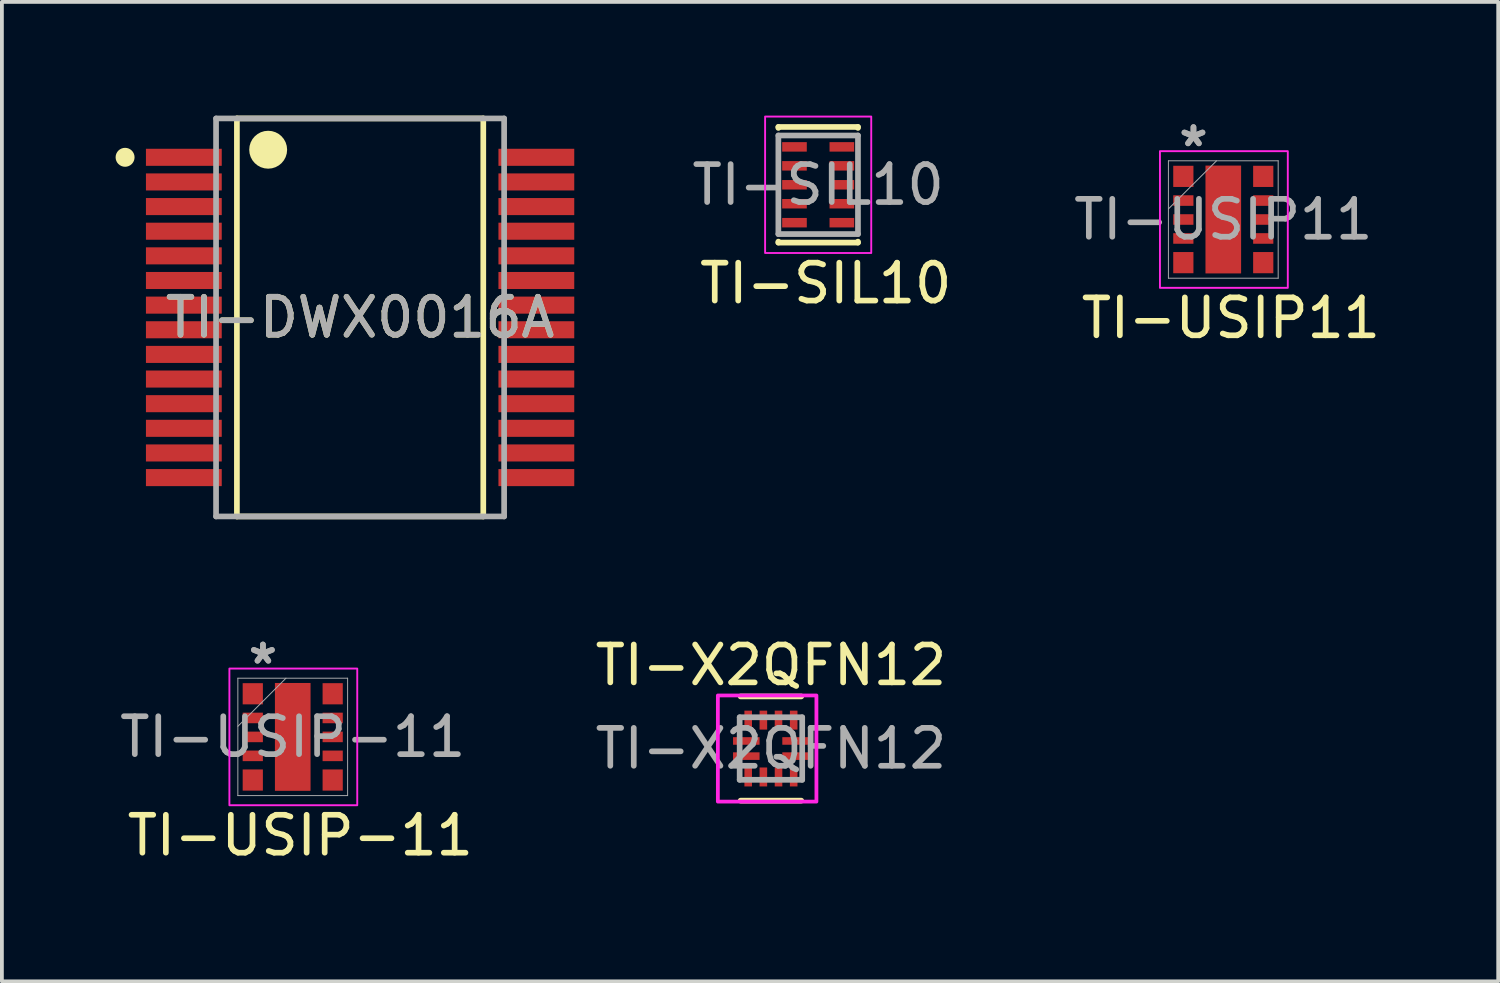
<source format=kicad_pcb>
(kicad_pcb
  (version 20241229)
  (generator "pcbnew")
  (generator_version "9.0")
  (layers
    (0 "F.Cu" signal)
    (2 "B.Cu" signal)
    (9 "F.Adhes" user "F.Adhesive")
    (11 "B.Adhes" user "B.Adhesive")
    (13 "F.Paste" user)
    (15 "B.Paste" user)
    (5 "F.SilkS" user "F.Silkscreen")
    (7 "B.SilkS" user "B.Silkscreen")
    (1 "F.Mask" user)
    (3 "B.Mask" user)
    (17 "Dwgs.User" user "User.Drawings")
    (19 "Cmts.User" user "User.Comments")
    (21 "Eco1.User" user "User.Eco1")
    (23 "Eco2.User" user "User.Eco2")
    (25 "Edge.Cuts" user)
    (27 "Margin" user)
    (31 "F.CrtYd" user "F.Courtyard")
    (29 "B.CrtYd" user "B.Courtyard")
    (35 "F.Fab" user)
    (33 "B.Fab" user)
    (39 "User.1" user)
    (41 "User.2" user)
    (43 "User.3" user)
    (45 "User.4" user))
  (footprint "TI-X2QFN12"
    (layer "F.Cu")
    (at 17.289 16.698)
    (property "Reference" "TI-X2QFN12" (at 0 -2.2 0) (unlocked yes) (layer "F.SilkS") (effects (font (size 1 1) (thickness 0.15))))
    (attr smd)
    (fp_line (start -0.8 -1.375) (end 0.8 -1.375) (stroke (width 0.15) (type solid)) (layer "F.SilkS"))
    (fp_line (start -0.8 1.375) (end 0.8 1.375) (stroke (width 0.15) (type solid)) (layer "F.SilkS"))
    (fp_poly (pts (xy -0.985 0.15) (xy -0.935 0.1) (xy -0.365 0.1) (xy -0.315 0.15) (xy -0.315 0.25) (xy -0.365 0.3) (xy -0.935 0.3) (xy -0.985 0.25)) (stroke (width 0) (type solid)) (fill yes) (layer "F.Paste"))
    (fp_poly (pts (xy -0.365 -0.1) (xy -0.935 -0.1) (xy -0.985 -0.15) (xy -0.985 -0.25) (xy -0.935 -0.3) (xy -0.365 -0.3) (xy -0.315 -0.25) (xy -0.315 -0.15)) (stroke (width 0) (type solid)) (fill yes) (layer "F.Paste"))
    (fp_poly (pts (xy 0.365 -0.1) (xy 0.315 -0.15) (xy 0.315 -0.25) (xy 0.365 -0.3) (xy 0.935 -0.3) (xy 0.985 -0.25) (xy 0.985 -0.15) (xy 0.935 -0.1)) (stroke (width 0) (type solid)) (fill yes) (layer "F.Paste"))
    (fp_poly (pts (xy 0.365 0.3) (xy 0.315 0.25) (xy 0.315 0.15) (xy 0.365 0.1) (xy 0.935 0.1) (xy 0.985 0.15) (xy 0.985 0.25) (xy 0.935 0.3)) (stroke (width 0) (type solid)) (fill yes) (layer "F.Paste"))
    (fp_rect (start -1.4 -1.4) (end 1.2 1.4) (stroke (width 0.1) (type solid)) (fill no) (layer "F.CrtYd"))
    (fp_line (start -0.825 -0.825) (end 0.825 -0.825) (stroke (width 0.15) (type solid)) (layer "F.Fab"))
    (fp_line (start -0.825 0.825) (end -0.825 -0.825) (stroke (width 0.15) (type solid)) (layer "F.Fab"))
    (fp_line (start -0.825 0.825) (end 0.825 0.825) (stroke (width 0.15) (type solid)) (layer "F.Fab"))
    (fp_line (start 0.825 0.825) (end 0.825 -0.825) (stroke (width 0.15) (type solid)) (layer "F.Fab"))
    (fp_text user "${REFERENCE}" (at 0 0 0) (unlocked yes) (layer "F.Fab") (effects (font (size 1 1) (thickness 0.15))))
    (pad "1" smd rect (at -0.65 -0.2 90) (size 0.2 0.7) (layers "F.Cu" "F.Mask"))
    (pad "2" smd rect (at -0.65 0.2 90) (size 0.2 0.7) (layers "F.Cu" "F.Mask"))
    (pad "3" smd rect (at -0.6 0.75 90) (size 0.5 0.2) (layers "F.Cu" "F.Mask" "F.Paste"))
    (pad "4" smd rect (at -0.2 0.75 90) (size 0.5 0.2) (layers "F.Cu" "F.Mask" "F.Paste"))
    (pad "5" smd rect (at 0.2 0.75 90) (size 0.5 0.2) (layers "F.Cu" "F.Mask" "F.Paste"))
    (pad "6" smd rect (at 0.6 0.75 90) (size 0.5 0.2) (layers "F.Cu" "F.Mask" "F.Paste"))
    (pad "7" smd rect (at 0.65 0.2 90) (size 0.2 0.7) (layers "F.Cu" "F.Mask"))
    (pad "8" smd rect (at 0.65 -0.2 90) (size 0.2 0.7) (layers "F.Cu" "F.Mask"))
    (pad "9" smd rect (at 0.6 -0.75 90) (size 0.5 0.2) (layers "F.Cu" "F.Mask" "F.Paste"))
    (pad "10" smd rect (at 0.2 -0.75 90) (size 0.5 0.2) (layers "F.Cu" "F.Mask" "F.Paste"))
    (pad "11" smd rect (at -0.2 -0.75 90) (size 0.5 0.2) (layers "F.Cu" "F.Mask" "F.Paste"))
    (pad "12" smd rect (at -0.6 -0.75 90) (size 0.5 0.2) (layers "F.Cu" "F.Mask" "F.Paste")))
  (footprint "TI-USIP11"
    (layer "F.Cu")
    (at 29.223 2.741)
    (property "Reference" "TI-USIP11" (at 0.2 2.6 0) (unlocked yes) (layer "F.SilkS") (effects (font (size 1 1) (thickness 0.15))))
    (attr smd)
    (fp_rect (start -1.671 -1.803) (end 1.702 1.803) (stroke (width 0.05) (type default)) (fill no) (layer "F.CrtYd"))
    (fp_line (start -1.448 -1.549) (end -1.448 1.549) (stroke (width 0.025) (type solid)) (layer "F.Fab"))
    (fp_line (start -1.448 -0.279) (end -0.178 -1.549) (stroke (width 0.025) (type solid)) (layer "F.Fab"))
    (fp_line (start -1.448 1.549) (end 1.448 1.549) (stroke (width 0.025) (type solid)) (layer "F.Fab"))
    (fp_line (start 1.448 -1.549) (end -1.448 -1.549) (stroke (width 0.025) (type solid)) (layer "F.Fab"))
    (fp_line (start 1.448 1.549) (end 1.448 -1.549) (stroke (width 0.025) (type solid)) (layer "F.Fab"))
    (fp_text user "${REFERENCE}" (at 0 0 0) (unlocked yes) (layer "F.Fab") (effects (font (size 1 1) (thickness 0.15))))
    (fp_text user "*" (at -0.787 -1.893 0) (unlocked yes) (layer "F.Fab") (effects (font (size 1 1) (thickness 0.15))))
    (fp_text user "*" (at -0.787 -1.893 0) (layer "F.Fab") (effects (font (size 1 1) (thickness 0.15))))
    (pad "1" smd rect (at -1.054 -1.138 90) (size 0.559 0.533) (layers "F.Cu" "F.Mask" "F.Paste"))
    (pad "2" smd rect (at -1.054 -0.5 90) (size 0.279 0.533) (layers "F.Cu" "F.Mask" "F.Paste"))
    (pad "3" smd rect (at -1.054 0 90) (size 0.279 0.533) (layers "F.Cu" "F.Mask" "F.Paste"))
    (pad "4" smd rect (at -1.054 0.5 90) (size 0.279 0.533) (layers "F.Cu" "F.Mask" "F.Paste"))
    (pad "5" smd rect (at -1.054 1.138 90) (size 0.559 0.533) (layers "F.Cu" "F.Mask" "F.Paste"))
    (pad "6" smd rect (at 1.054 1.138 90) (size 0.559 0.533) (layers "F.Cu" "F.Mask" "F.Paste"))
    (pad "7" smd rect (at 1.054 0.5 90) (size 0.279 0.533) (layers "F.Cu" "F.Mask" "F.Paste"))
    (pad "8" smd rect (at 1.054 0 90) (size 0.279 0.533) (layers "F.Cu" "F.Mask" "F.Paste"))
    (pad "9" smd rect (at 1.054 -0.5 90) (size 0.279 0.533) (layers "F.Cu" "F.Mask" "F.Paste"))
    (pad "10" smd rect (at 1.054 -1.138 90) (size 0.559 0.533) (layers "F.Cu" "F.Mask" "F.Paste"))
    (pad "11" smd rect (at 0 0) (size 0.94 2.845) (layers "F.Cu" "F.Mask")))
  (footprint "TI-USIP-11"
    (layer "F.Cu")
    (at 4.673 16.391)
    (property "Reference" "TI-USIP-11" (at 0.2 2.6 0) (unlocked yes) (layer "F.SilkS") (effects (font (size 1 1) (thickness 0.15))))
    (attr smd)
    (fp_rect (start -1.671 -1.803) (end 1.702 1.803) (stroke (width 0.05) (type default)) (fill no) (layer "F.CrtYd"))
    (fp_line (start -1.448 -1.549) (end -1.448 1.549) (stroke (width 0.025) (type solid)) (layer "F.Fab"))
    (fp_line (start -1.448 -0.279) (end -0.178 -1.549) (stroke (width 0.025) (type solid)) (layer "F.Fab"))
    (fp_line (start -1.448 1.549) (end 1.448 1.549) (stroke (width 0.025) (type solid)) (layer "F.Fab"))
    (fp_line (start 1.448 -1.549) (end -1.448 -1.549) (stroke (width 0.025) (type solid)) (layer "F.Fab"))
    (fp_line (start 1.448 1.549) (end 1.448 -1.549) (stroke (width 0.025) (type solid)) (layer "F.Fab"))
    (fp_text user "*" (at -0.787 -1.893 0) (layer "F.Fab") (effects (font (size 1 1) (thickness 0.15))))
    (fp_text user "${REFERENCE}" (at 0 0 0) (unlocked yes) (layer "F.Fab") (effects (font (size 1 1) (thickness 0.15))))
    (fp_text user "*" (at -0.787 -1.893 0) (unlocked yes) (layer "F.Fab") (effects (font (size 1 1) (thickness 0.15))))
    (pad "1" smd rect (at -1.054 -1.138 90) (size 0.559 0.533) (layers "F.Cu" "F.Mask" "F.Paste"))
    (pad "2" smd rect (at -1.054 -0.5 90) (size 0.279 0.533) (layers "F.Cu" "F.Mask" "F.Paste"))
    (pad "3" smd rect (at -1.054 0 90) (size 0.279 0.533) (layers "F.Cu" "F.Mask" "F.Paste"))
    (pad "4" smd rect (at -1.054 0.5 90) (size 0.279 0.533) (layers "F.Cu" "F.Mask" "F.Paste"))
    (pad "5" smd rect (at -1.054 1.138 90) (size 0.559 0.533) (layers "F.Cu" "F.Mask" "F.Paste"))
    (pad "6" smd rect (at 1.054 1.138 90) (size 0.559 0.533) (layers "F.Cu" "F.Mask" "F.Paste"))
    (pad "7" smd rect (at 1.054 0.5 90) (size 0.279 0.533) (layers "F.Cu" "F.Mask" "F.Paste"))
    (pad "8" smd rect (at 1.054 0 90) (size 0.279 0.533) (layers "F.Cu" "F.Mask" "F.Paste"))
    (pad "9" smd rect (at 1.054 -0.5 90) (size 0.279 0.533) (layers "F.Cu" "F.Mask" "F.Paste"))
    (pad "10" smd rect (at 1.054 -1.138 90) (size 0.559 0.533) (layers "F.Cu" "F.Mask" "F.Paste"))
    (pad "11" smd rect (at 0 0) (size 0.94 2.845) (layers "F.Cu" "F.Mask")))
  (footprint "TI-SIL10"
    (layer "F.Cu")
    (at 18.535 1.825)
    (property "Reference" "TI-SIL10" (at 0.2 2.6 0) (unlocked yes) (layer "F.SilkS") (effects (font (size 1 1) (thickness 0.15))))
    (attr smd)
    (fp_line (start -1.05 -1.525) (end 1.05 -1.525) (stroke (width 0.15) (type solid)) (layer "F.SilkS"))
    (fp_line (start -1.05 -1.5) (end -1.05 -1.525) (stroke (width 0.15) (type solid)) (layer "F.SilkS"))
    (fp_line (start -1.05 1.525) (end -1.05 1.5) (stroke (width 0.15) (type solid)) (layer "F.SilkS"))
    (fp_line (start -1.05 1.525) (end 1.05 1.525) (stroke (width 0.15) (type solid)) (layer "F.SilkS"))
    (fp_line (start 1.05 -1.5) (end 1.05 -1.525) (stroke (width 0.15) (type solid)) (layer "F.SilkS"))
    (fp_line (start 1.05 1.525) (end 1.05 1.5) (stroke (width 0.15) (type solid)) (layer "F.SilkS"))
    (fp_rect (start -1.4 -1.8) (end 1.4 1.8) (stroke (width 0.05) (type default)) (fill no) (layer "F.CrtYd"))
    (fp_line (start -1.05 -1.3) (end 1.05 -1.3) (stroke (width 0.15) (type solid)) (layer "F.Fab"))
    (fp_line (start -1.05 1.3) (end -1.05 -1.3) (stroke (width 0.15) (type solid)) (layer "F.Fab"))
    (fp_line (start -1.05 1.3) (end 1.05 1.3) (stroke (width 0.15) (type solid)) (layer "F.Fab"))
    (fp_line (start 1.05 1.3) (end 1.05 -1.3) (stroke (width 0.15) (type solid)) (layer "F.Fab"))
    (fp_text user "${REFERENCE}" (at 0 0 0) (unlocked yes) (layer "F.Fab") (effects (font (size 1 1) (thickness 0.15))))
    (pad "1" smd rect (at -0.625 -1) (size 0.65 0.25) (layers "F.Cu" "F.Mask" "F.Paste"))
    (pad "2" smd rect (at -0.625 -0.5) (size 0.65 0.25) (layers "F.Cu" "F.Mask" "F.Paste"))
    (pad "3" smd rect (at -0.625 0) (size 0.65 0.25) (layers "F.Cu" "F.Mask" "F.Paste"))
    (pad "4" smd rect (at -0.625 0.5) (size 0.65 0.25) (layers "F.Cu" "F.Mask" "F.Paste"))
    (pad "5" smd rect (at -0.625 1) (size 0.65 0.25) (layers "F.Cu" "F.Mask" "F.Paste"))
    (pad "6" smd rect (at 0.625 1) (size 0.65 0.25) (layers "F.Cu" "F.Mask" "F.Paste"))
    (pad "7" smd rect (at 0.625 0.5) (size 0.65 0.25) (layers "F.Cu" "F.Mask" "F.Paste"))
    (pad "8" smd rect (at 0.625 0) (size 0.65 0.25) (layers "F.Cu" "F.Mask" "F.Paste"))
    (pad "9" smd rect (at 0.625 -0.5) (size 0.65 0.25) (layers "F.Cu" "F.Mask" "F.Paste"))
    (pad "10" smd rect (at 0.625 -1) (size 0.65 0.25) (layers "F.Cu" "F.Mask" "F.Paste")))
  (footprint "TI-DWX0016A"
    (layer "F.Cu")
    (at 6.45 5.325)
    (property "Reference" "TI-DWX0016A" (at 0 0 0) (unlocked yes) (layer "F.SilkS") (effects (font (size 1 1) (thickness 0.15))))
    (attr smd)
    (fp_line (start -3.25 -5.25) (end 3.25 -5.25) (stroke (width 0.15) (type solid)) (layer "F.SilkS"))
    (fp_line (start -3.25 5.25) (end -3.25 -5.25) (stroke (width 0.15) (type solid)) (layer "F.SilkS"))
    (fp_line (start -3.25 5.25) (end 3.25 5.25) (stroke (width 0.15) (type solid)) (layer "F.SilkS"))
    (fp_line (start 3.25 5.25) (end 3.25 -5.25) (stroke (width 0.15) (type solid)) (layer "F.SilkS"))
    (fp_circle (center -6.2 -4.225) (end -6.075 -4.225) (stroke (width 0.25) (type solid)) (fill no) (layer "F.SilkS"))
    (fp_circle (center -2.425 -4.425) (end -2.175 -4.425) (stroke (width 0.5) (type solid)) (fill no) (layer "F.SilkS"))
    (fp_line (start -3.8 -5.25) (end 3.8 -5.25) (stroke (width 0.15) (type solid)) (layer "F.Fab"))
    (fp_line (start -3.8 5.25) (end -3.8 -5.25) (stroke (width 0.15) (type solid)) (layer "F.Fab"))
    (fp_line (start -3.8 5.25) (end 3.8 5.25) (stroke (width 0.15) (type solid)) (layer "F.Fab"))
    (fp_line (start 3.8 5.25) (end 3.8 -5.25) (stroke (width 0.15) (type solid)) (layer "F.Fab"))
    (fp_text user "${REFERENCE}" (at 0 0 0) (unlocked yes) (layer "F.Fab") (effects (font (size 1 1) (thickness 0.15))))
    (pad "1" smd rect (at -4.65 -4.225) (size 2 0.45) (layers "F.Cu" "F.Mask" "F.Paste"))
    (pad "2" smd rect (at -4.65 -3.575) (size 2 0.45) (layers "F.Cu" "F.Mask" "F.Paste"))
    (pad "3" smd rect (at -4.65 -2.925) (size 2 0.45) (layers "F.Cu" "F.Mask" "F.Paste"))
    (pad "4" smd rect (at -4.65 -2.275) (size 2 0.45) (layers "F.Cu" "F.Mask" "F.Paste"))
    (pad "5" smd rect (at -4.65 -1.625) (size 2 0.45) (layers "F.Cu" "F.Mask" "F.Paste"))
    (pad "6" smd rect (at -4.65 -0.975) (size 2 0.45) (layers "F.Cu" "F.Mask" "F.Paste"))
    (pad "7" smd rect (at -4.65 -0.325) (size 2 0.45) (layers "F.Cu" "F.Mask" "F.Paste"))
    (pad "8" smd rect (at -4.65 0.325) (size 2 0.45) (layers "F.Cu" "F.Mask" "F.Paste"))
    (pad "9" smd rect (at -4.65 0.975) (size 2 0.45) (layers "F.Cu" "F.Mask" "F.Paste"))
    (pad "10" smd rect (at -4.65 1.625) (size 2 0.45) (layers "F.Cu" "F.Mask" "F.Paste"))
    (pad "11" smd rect (at -4.65 2.275) (size 2 0.45) (layers "F.Cu" "F.Mask" "F.Paste"))
    (pad "12" smd rect (at -4.65 2.925) (size 2 0.45) (layers "F.Cu" "F.Mask" "F.Paste"))
    (pad "13" smd rect (at -4.65 3.575) (size 2 0.45) (layers "F.Cu" "F.Mask" "F.Paste"))
    (pad "14" smd rect (at -4.65 4.225) (size 2 0.45) (layers "F.Cu" "F.Mask" "F.Paste"))
    (pad "15" smd rect (at 4.65 4.225) (size 2 0.45) (layers "F.Cu" "F.Mask" "F.Paste"))
    (pad "16" smd rect (at 4.65 3.575) (size 2 0.45) (layers "F.Cu" "F.Mask" "F.Paste"))
    (pad "17" smd rect (at 4.65 2.925) (size 2 0.45) (layers "F.Cu" "F.Mask" "F.Paste"))
    (pad "18" smd rect (at 4.65 2.275) (size 2 0.45) (layers "F.Cu" "F.Mask" "F.Paste"))
    (pad "19" smd rect (at 4.65 1.625) (size 2 0.45) (layers "F.Cu" "F.Mask" "F.Paste"))
    (pad "20" smd rect (at 4.65 0.975) (size 2 0.45) (layers "F.Cu" "F.Mask" "F.Paste"))
    (pad "21" smd rect (at 4.65 0.325) (size 2 0.45) (layers "F.Cu" "F.Mask" "F.Paste"))
    (pad "22" smd rect (at 4.65 -0.325) (size 2 0.45) (layers "F.Cu" "F.Mask" "F.Paste"))
    (pad "23" smd rect (at 4.65 -0.975) (size 2 0.45) (layers "F.Cu" "F.Mask" "F.Paste"))
    (pad "24" smd rect (at 4.65 -1.625) (size 2 0.45) (layers "F.Cu" "F.Mask" "F.Paste"))
    (pad "25" smd rect (at 4.65 -2.275) (size 2 0.45) (layers "F.Cu" "F.Mask" "F.Paste"))
    (pad "26" smd rect (at 4.65 -2.925) (size 2 0.45) (layers "F.Cu" "F.Mask" "F.Paste"))
    (pad "27" smd rect (at 4.65 -3.575) (size 2 0.45) (layers "F.Cu" "F.Mask" "F.Paste"))
    (pad "28" smd rect (at 4.65 -4.225) (size 2 0.45) (layers "F.Cu" "F.Mask" "F.Paste")))
  (gr_rect
    (start -3 -3)
    (end 36.476 22.84)
    (stroke (width 0.1) (type default))
    (fill no)
    (layer "Edge.Cuts")))
</source>
